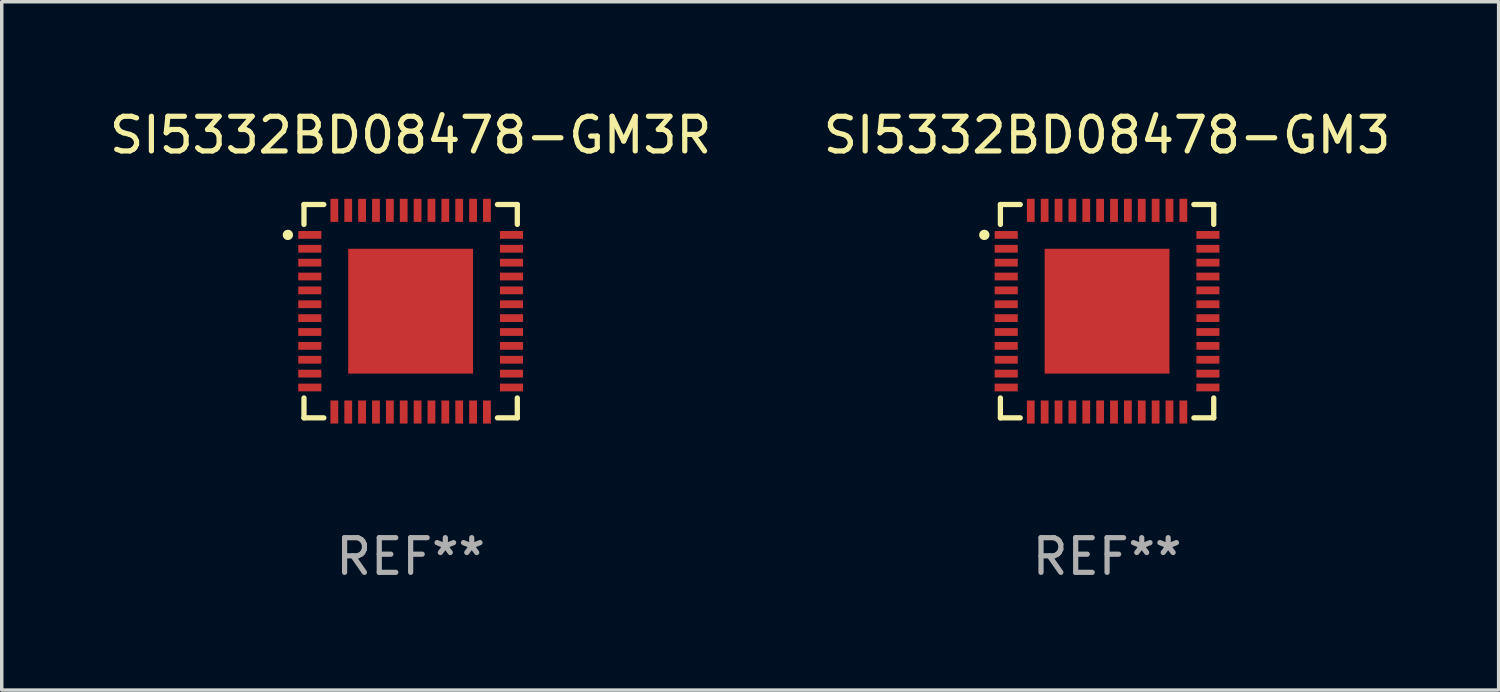
<source format=kicad_pcb>
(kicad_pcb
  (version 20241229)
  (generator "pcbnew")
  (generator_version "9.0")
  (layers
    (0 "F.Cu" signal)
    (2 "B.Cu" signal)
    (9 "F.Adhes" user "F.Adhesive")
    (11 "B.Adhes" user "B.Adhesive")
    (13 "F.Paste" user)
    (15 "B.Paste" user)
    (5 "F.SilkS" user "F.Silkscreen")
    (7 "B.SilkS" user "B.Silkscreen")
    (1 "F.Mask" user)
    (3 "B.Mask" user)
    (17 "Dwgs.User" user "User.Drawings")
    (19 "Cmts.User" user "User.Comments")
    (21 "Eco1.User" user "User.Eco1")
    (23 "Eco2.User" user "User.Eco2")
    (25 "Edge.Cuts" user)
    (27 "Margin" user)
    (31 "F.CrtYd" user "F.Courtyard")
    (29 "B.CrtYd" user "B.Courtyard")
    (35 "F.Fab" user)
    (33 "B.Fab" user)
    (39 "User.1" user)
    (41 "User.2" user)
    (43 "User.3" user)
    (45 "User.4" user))
  (footprint "SI5332BD08478-GM3R"
    (layer "F.Cu")
    (at 8.792 5.924)
    (property "Reference" "SI5332BD08478-GM3R" (at 0 -5.076 0) (layer "F.SilkS") (effects (font (size 1 1) (thickness 0.15))))
    (attr through_hole)
    (fp_line (start -3.076 -3.076) (end -3.076 -2.503) (stroke (width 0.152) (type solid)) (layer "F.SilkS"))
    (fp_line (start -3.076 3.076) (end -3.076 2.503) (stroke (width 0.152) (type solid)) (layer "F.SilkS"))
    (fp_line (start -2.503 -3.076) (end -3.076 -3.076) (stroke (width 0.152) (type solid)) (layer "F.SilkS"))
    (fp_line (start -2.503 3.076) (end -3.076 3.076) (stroke (width 0.152) (type solid)) (layer "F.SilkS"))
    (fp_line (start 2.503 -3.076) (end 3.076 -3.076) (stroke (width 0.152) (type solid)) (layer "F.SilkS"))
    (fp_line (start 2.503 3.076) (end 3.076 3.076) (stroke (width 0.152) (type solid)) (layer "F.SilkS"))
    (fp_line (start 3.076 -3.076) (end 3.076 -2.503) (stroke (width 0.152) (type solid)) (layer "F.SilkS"))
    (fp_line (start 3.076 3.076) (end 3.076 2.503) (stroke (width 0.152) (type solid)) (layer "F.SilkS"))
    (fp_circle (center -3.54 -2.2) (end -3.465 -2.2) (stroke (width 0.15) (type solid)) (fill no) (layer "F.SilkS"))
    (fp_text user "REF**" (at 0 7.076 0) (layer "F.Fab") (effects (font (size 1 1) (thickness 0.15))))
    (pad "1" smd rect (at -2.908 -2.2) (size 0.665 0.224) (layers "F.Cu" "F.Mask" "F.Paste"))
    (pad "2" smd rect (at -2.908 -1.8) (size 0.665 0.224) (layers "F.Cu" "F.Mask" "F.Paste"))
    (pad "3" smd rect (at -2.908 -1.4) (size 0.665 0.224) (layers "F.Cu" "F.Mask" "F.Paste"))
    (pad "4" smd rect (at -2.908 -1) (size 0.665 0.224) (layers "F.Cu" "F.Mask" "F.Paste"))
    (pad "5" smd rect (at -2.908 -0.6) (size 0.665 0.224) (layers "F.Cu" "F.Mask" "F.Paste"))
    (pad "6" smd rect (at -2.908 -0.2) (size 0.665 0.224) (layers "F.Cu" "F.Mask" "F.Paste"))
    (pad "7" smd rect (at -2.908 0.2) (size 0.665 0.224) (layers "F.Cu" "F.Mask" "F.Paste"))
    (pad "8" smd rect (at -2.908 0.6) (size 0.665 0.224) (layers "F.Cu" "F.Mask" "F.Paste"))
    (pad "9" smd rect (at -2.908 1) (size 0.665 0.224) (layers "F.Cu" "F.Mask" "F.Paste"))
    (pad "10" smd rect (at -2.908 1.4) (size 0.665 0.224) (layers "F.Cu" "F.Mask" "F.Paste"))
    (pad "11" smd rect (at -2.908 1.8) (size 0.665 0.224) (layers "F.Cu" "F.Mask" "F.Paste"))
    (pad "12" smd rect (at -2.908 2.2) (size 0.665 0.224) (layers "F.Cu" "F.Mask" "F.Paste"))
    (pad "13" smd rect (at -2.2 2.908) (size 0.224 0.665) (layers "F.Cu" "F.Mask" "F.Paste"))
    (pad "14" smd rect (at -1.8 2.908) (size 0.224 0.665) (layers "F.Cu" "F.Mask" "F.Paste"))
    (pad "15" smd rect (at -1.4 2.908) (size 0.224 0.665) (layers "F.Cu" "F.Mask" "F.Paste"))
    (pad "16" smd rect (at -1 2.908) (size 0.224 0.665) (layers "F.Cu" "F.Mask" "F.Paste"))
    (pad "17" smd rect (at -0.6 2.908) (size 0.224 0.665) (layers "F.Cu" "F.Mask" "F.Paste"))
    (pad "18" smd rect (at -0.2 2.908) (size 0.224 0.665) (layers "F.Cu" "F.Mask" "F.Paste"))
    (pad "19" smd rect (at 0.2 2.908) (size 0.224 0.665) (layers "F.Cu" "F.Mask" "F.Paste"))
    (pad "20" smd rect (at 0.6 2.908) (size 0.224 0.665) (layers "F.Cu" "F.Mask" "F.Paste"))
    (pad "21" smd rect (at 1 2.908) (size 0.224 0.665) (layers "F.Cu" "F.Mask" "F.Paste"))
    (pad "22" smd rect (at 1.4 2.908) (size 0.224 0.665) (layers "F.Cu" "F.Mask" "F.Paste"))
    (pad "23" smd rect (at 1.8 2.908) (size 0.224 0.665) (layers "F.Cu" "F.Mask" "F.Paste"))
    (pad "24" smd rect (at 2.2 2.908) (size 0.224 0.665) (layers "F.Cu" "F.Mask" "F.Paste"))
    (pad "25" smd rect (at 2.908 2.2) (size 0.665 0.224) (layers "F.Cu" "F.Mask" "F.Paste"))
    (pad "26" smd rect (at 2.908 1.8) (size 0.665 0.224) (layers "F.Cu" "F.Mask" "F.Paste"))
    (pad "27" smd rect (at 2.908 1.4) (size 0.665 0.224) (layers "F.Cu" "F.Mask" "F.Paste"))
    (pad "28" smd rect (at 2.908 1) (size 0.665 0.224) (layers "F.Cu" "F.Mask" "F.Paste"))
    (pad "29" smd rect (at 2.908 0.6) (size 0.665 0.224) (layers "F.Cu" "F.Mask" "F.Paste"))
    (pad "30" smd rect (at 2.908 0.2) (size 0.665 0.224) (layers "F.Cu" "F.Mask" "F.Paste"))
    (pad "31" smd rect (at 2.908 -0.2) (size 0.665 0.224) (layers "F.Cu" "F.Mask" "F.Paste"))
    (pad "32" smd rect (at 2.908 -0.6) (size 0.665 0.224) (layers "F.Cu" "F.Mask" "F.Paste"))
    (pad "33" smd rect (at 2.908 -1) (size 0.665 0.224) (layers "F.Cu" "F.Mask" "F.Paste"))
    (pad "34" smd rect (at 2.908 -1.4) (size 0.665 0.224) (layers "F.Cu" "F.Mask" "F.Paste"))
    (pad "35" smd rect (at 2.908 -1.8) (size 0.665 0.224) (layers "F.Cu" "F.Mask" "F.Paste"))
    (pad "36" smd rect (at 2.908 -2.2) (size 0.665 0.224) (layers "F.Cu" "F.Mask" "F.Paste"))
    (pad "37" smd rect (at 2.2 -2.908) (size 0.224 0.665) (layers "F.Cu" "F.Mask" "F.Paste"))
    (pad "38" smd rect (at 1.8 -2.908) (size 0.224 0.665) (layers "F.Cu" "F.Mask" "F.Paste"))
    (pad "39" smd rect (at 1.4 -2.908) (size 0.224 0.665) (layers "F.Cu" "F.Mask" "F.Paste"))
    (pad "40" smd rect (at 1 -2.908) (size 0.224 0.665) (layers "F.Cu" "F.Mask" "F.Paste"))
    (pad "41" smd rect (at 0.6 -2.908) (size 0.224 0.665) (layers "F.Cu" "F.Mask" "F.Paste"))
    (pad "42" smd rect (at 0.2 -2.908) (size 0.224 0.665) (layers "F.Cu" "F.Mask" "F.Paste"))
    (pad "43" smd rect (at -0.2 -2.908) (size 0.224 0.665) (layers "F.Cu" "F.Mask" "F.Paste"))
    (pad "44" smd rect (at -0.6 -2.908) (size 0.224 0.665) (layers "F.Cu" "F.Mask" "F.Paste"))
    (pad "45" smd rect (at -1 -2.908) (size 0.224 0.665) (layers "F.Cu" "F.Mask" "F.Paste"))
    (pad "46" smd rect (at -1.4 -2.908) (size 0.224 0.665) (layers "F.Cu" "F.Mask" "F.Paste"))
    (pad "47" smd rect (at -1.8 -2.908) (size 0.224 0.665) (layers "F.Cu" "F.Mask" "F.Paste"))
    (pad "48" smd rect (at -2.2 -2.908) (size 0.224 0.665) (layers "F.Cu" "F.Mask" "F.Paste"))
    (pad "49" smd rect (at 0 0) (size 3.6 3.6) (layers "F.Cu" "F.Mask" "F.Paste")))
  (footprint "SI5332BD08478-GM3"
    (layer "F.Cu")
    (at 28.875 5.924)
    (property "Reference" "SI5332BD08478-GM3" (at 0 -5.076 0) (layer "F.SilkS") (effects (font (size 1 1) (thickness 0.15))))
    (attr through_hole)
    (fp_line (start -3.076 -3.076) (end -3.076 -2.503) (stroke (width 0.152) (type solid)) (layer "F.SilkS"))
    (fp_line (start -3.076 3.076) (end -3.076 2.503) (stroke (width 0.152) (type solid)) (layer "F.SilkS"))
    (fp_line (start -2.503 -3.076) (end -3.076 -3.076) (stroke (width 0.152) (type solid)) (layer "F.SilkS"))
    (fp_line (start -2.503 3.076) (end -3.076 3.076) (stroke (width 0.152) (type solid)) (layer "F.SilkS"))
    (fp_line (start 2.503 -3.076) (end 3.076 -3.076) (stroke (width 0.152) (type solid)) (layer "F.SilkS"))
    (fp_line (start 2.503 3.076) (end 3.076 3.076) (stroke (width 0.152) (type solid)) (layer "F.SilkS"))
    (fp_line (start 3.076 -3.076) (end 3.076 -2.503) (stroke (width 0.152) (type solid)) (layer "F.SilkS"))
    (fp_line (start 3.076 3.076) (end 3.076 2.503) (stroke (width 0.152) (type solid)) (layer "F.SilkS"))
    (fp_circle (center -3.54 -2.2) (end -3.465 -2.2) (stroke (width 0.15) (type solid)) (fill no) (layer "F.SilkS"))
    (fp_text user "REF**" (at 0 7.076 0) (layer "F.Fab") (effects (font (size 1 1) (thickness 0.15))))
    (pad "1" smd rect (at -2.908 -2.2) (size 0.665 0.224) (layers "F.Cu" "F.Mask" "F.Paste"))
    (pad "2" smd rect (at -2.908 -1.8) (size 0.665 0.224) (layers "F.Cu" "F.Mask" "F.Paste"))
    (pad "3" smd rect (at -2.908 -1.4) (size 0.665 0.224) (layers "F.Cu" "F.Mask" "F.Paste"))
    (pad "4" smd rect (at -2.908 -1) (size 0.665 0.224) (layers "F.Cu" "F.Mask" "F.Paste"))
    (pad "5" smd rect (at -2.908 -0.6) (size 0.665 0.224) (layers "F.Cu" "F.Mask" "F.Paste"))
    (pad "6" smd rect (at -2.908 -0.2) (size 0.665 0.224) (layers "F.Cu" "F.Mask" "F.Paste"))
    (pad "7" smd rect (at -2.908 0.2) (size 0.665 0.224) (layers "F.Cu" "F.Mask" "F.Paste"))
    (pad "8" smd rect (at -2.908 0.6) (size 0.665 0.224) (layers "F.Cu" "F.Mask" "F.Paste"))
    (pad "9" smd rect (at -2.908 1) (size 0.665 0.224) (layers "F.Cu" "F.Mask" "F.Paste"))
    (pad "10" smd rect (at -2.908 1.4) (size 0.665 0.224) (layers "F.Cu" "F.Mask" "F.Paste"))
    (pad "11" smd rect (at -2.908 1.8) (size 0.665 0.224) (layers "F.Cu" "F.Mask" "F.Paste"))
    (pad "12" smd rect (at -2.908 2.2) (size 0.665 0.224) (layers "F.Cu" "F.Mask" "F.Paste"))
    (pad "13" smd rect (at -2.2 2.908) (size 0.224 0.665) (layers "F.Cu" "F.Mask" "F.Paste"))
    (pad "14" smd rect (at -1.8 2.908) (size 0.224 0.665) (layers "F.Cu" "F.Mask" "F.Paste"))
    (pad "15" smd rect (at -1.4 2.908) (size 0.224 0.665) (layers "F.Cu" "F.Mask" "F.Paste"))
    (pad "16" smd rect (at -1 2.908) (size 0.224 0.665) (layers "F.Cu" "F.Mask" "F.Paste"))
    (pad "17" smd rect (at -0.6 2.908) (size 0.224 0.665) (layers "F.Cu" "F.Mask" "F.Paste"))
    (pad "18" smd rect (at -0.2 2.908) (size 0.224 0.665) (layers "F.Cu" "F.Mask" "F.Paste"))
    (pad "19" smd rect (at 0.2 2.908) (size 0.224 0.665) (layers "F.Cu" "F.Mask" "F.Paste"))
    (pad "20" smd rect (at 0.6 2.908) (size 0.224 0.665) (layers "F.Cu" "F.Mask" "F.Paste"))
    (pad "21" smd rect (at 1 2.908) (size 0.224 0.665) (layers "F.Cu" "F.Mask" "F.Paste"))
    (pad "22" smd rect (at 1.4 2.908) (size 0.224 0.665) (layers "F.Cu" "F.Mask" "F.Paste"))
    (pad "23" smd rect (at 1.8 2.908) (size 0.224 0.665) (layers "F.Cu" "F.Mask" "F.Paste"))
    (pad "24" smd rect (at 2.2 2.908) (size 0.224 0.665) (layers "F.Cu" "F.Mask" "F.Paste"))
    (pad "25" smd rect (at 2.908 2.2) (size 0.665 0.224) (layers "F.Cu" "F.Mask" "F.Paste"))
    (pad "26" smd rect (at 2.908 1.8) (size 0.665 0.224) (layers "F.Cu" "F.Mask" "F.Paste"))
    (pad "27" smd rect (at 2.908 1.4) (size 0.665 0.224) (layers "F.Cu" "F.Mask" "F.Paste"))
    (pad "28" smd rect (at 2.908 1) (size 0.665 0.224) (layers "F.Cu" "F.Mask" "F.Paste"))
    (pad "29" smd rect (at 2.908 0.6) (size 0.665 0.224) (layers "F.Cu" "F.Mask" "F.Paste"))
    (pad "30" smd rect (at 2.908 0.2) (size 0.665 0.224) (layers "F.Cu" "F.Mask" "F.Paste"))
    (pad "31" smd rect (at 2.908 -0.2) (size 0.665 0.224) (layers "F.Cu" "F.Mask" "F.Paste"))
    (pad "32" smd rect (at 2.908 -0.6) (size 0.665 0.224) (layers "F.Cu" "F.Mask" "F.Paste"))
    (pad "33" smd rect (at 2.908 -1) (size 0.665 0.224) (layers "F.Cu" "F.Mask" "F.Paste"))
    (pad "34" smd rect (at 2.908 -1.4) (size 0.665 0.224) (layers "F.Cu" "F.Mask" "F.Paste"))
    (pad "35" smd rect (at 2.908 -1.8) (size 0.665 0.224) (layers "F.Cu" "F.Mask" "F.Paste"))
    (pad "36" smd rect (at 2.908 -2.2) (size 0.665 0.224) (layers "F.Cu" "F.Mask" "F.Paste"))
    (pad "37" smd rect (at 2.2 -2.908) (size 0.224 0.665) (layers "F.Cu" "F.Mask" "F.Paste"))
    (pad "38" smd rect (at 1.8 -2.908) (size 0.224 0.665) (layers "F.Cu" "F.Mask" "F.Paste"))
    (pad "39" smd rect (at 1.4 -2.908) (size 0.224 0.665) (layers "F.Cu" "F.Mask" "F.Paste"))
    (pad "40" smd rect (at 1 -2.908) (size 0.224 0.665) (layers "F.Cu" "F.Mask" "F.Paste"))
    (pad "41" smd rect (at 0.6 -2.908) (size 0.224 0.665) (layers "F.Cu" "F.Mask" "F.Paste"))
    (pad "42" smd rect (at 0.2 -2.908) (size 0.224 0.665) (layers "F.Cu" "F.Mask" "F.Paste"))
    (pad "43" smd rect (at -0.2 -2.908) (size 0.224 0.665) (layers "F.Cu" "F.Mask" "F.Paste"))
    (pad "44" smd rect (at -0.6 -2.908) (size 0.224 0.665) (layers "F.Cu" "F.Mask" "F.Paste"))
    (pad "45" smd rect (at -1 -2.908) (size 0.224 0.665) (layers "F.Cu" "F.Mask" "F.Paste"))
    (pad "46" smd rect (at -1.4 -2.908) (size 0.224 0.665) (layers "F.Cu" "F.Mask" "F.Paste"))
    (pad "47" smd rect (at -1.8 -2.908) (size 0.224 0.665) (layers "F.Cu" "F.Mask" "F.Paste"))
    (pad "48" smd rect (at -2.2 -2.908) (size 0.224 0.665) (layers "F.Cu" "F.Mask" "F.Paste"))
    (pad "49" smd rect (at 0 0) (size 3.6 3.6) (layers "F.Cu" "F.Mask" "F.Paste")))
  (gr_rect
    (start -3 -3)
    (end 40.167 16.849)
    (stroke (width 0.1) (type default))
    (fill no)
    (layer "Edge.Cuts")))
</source>
